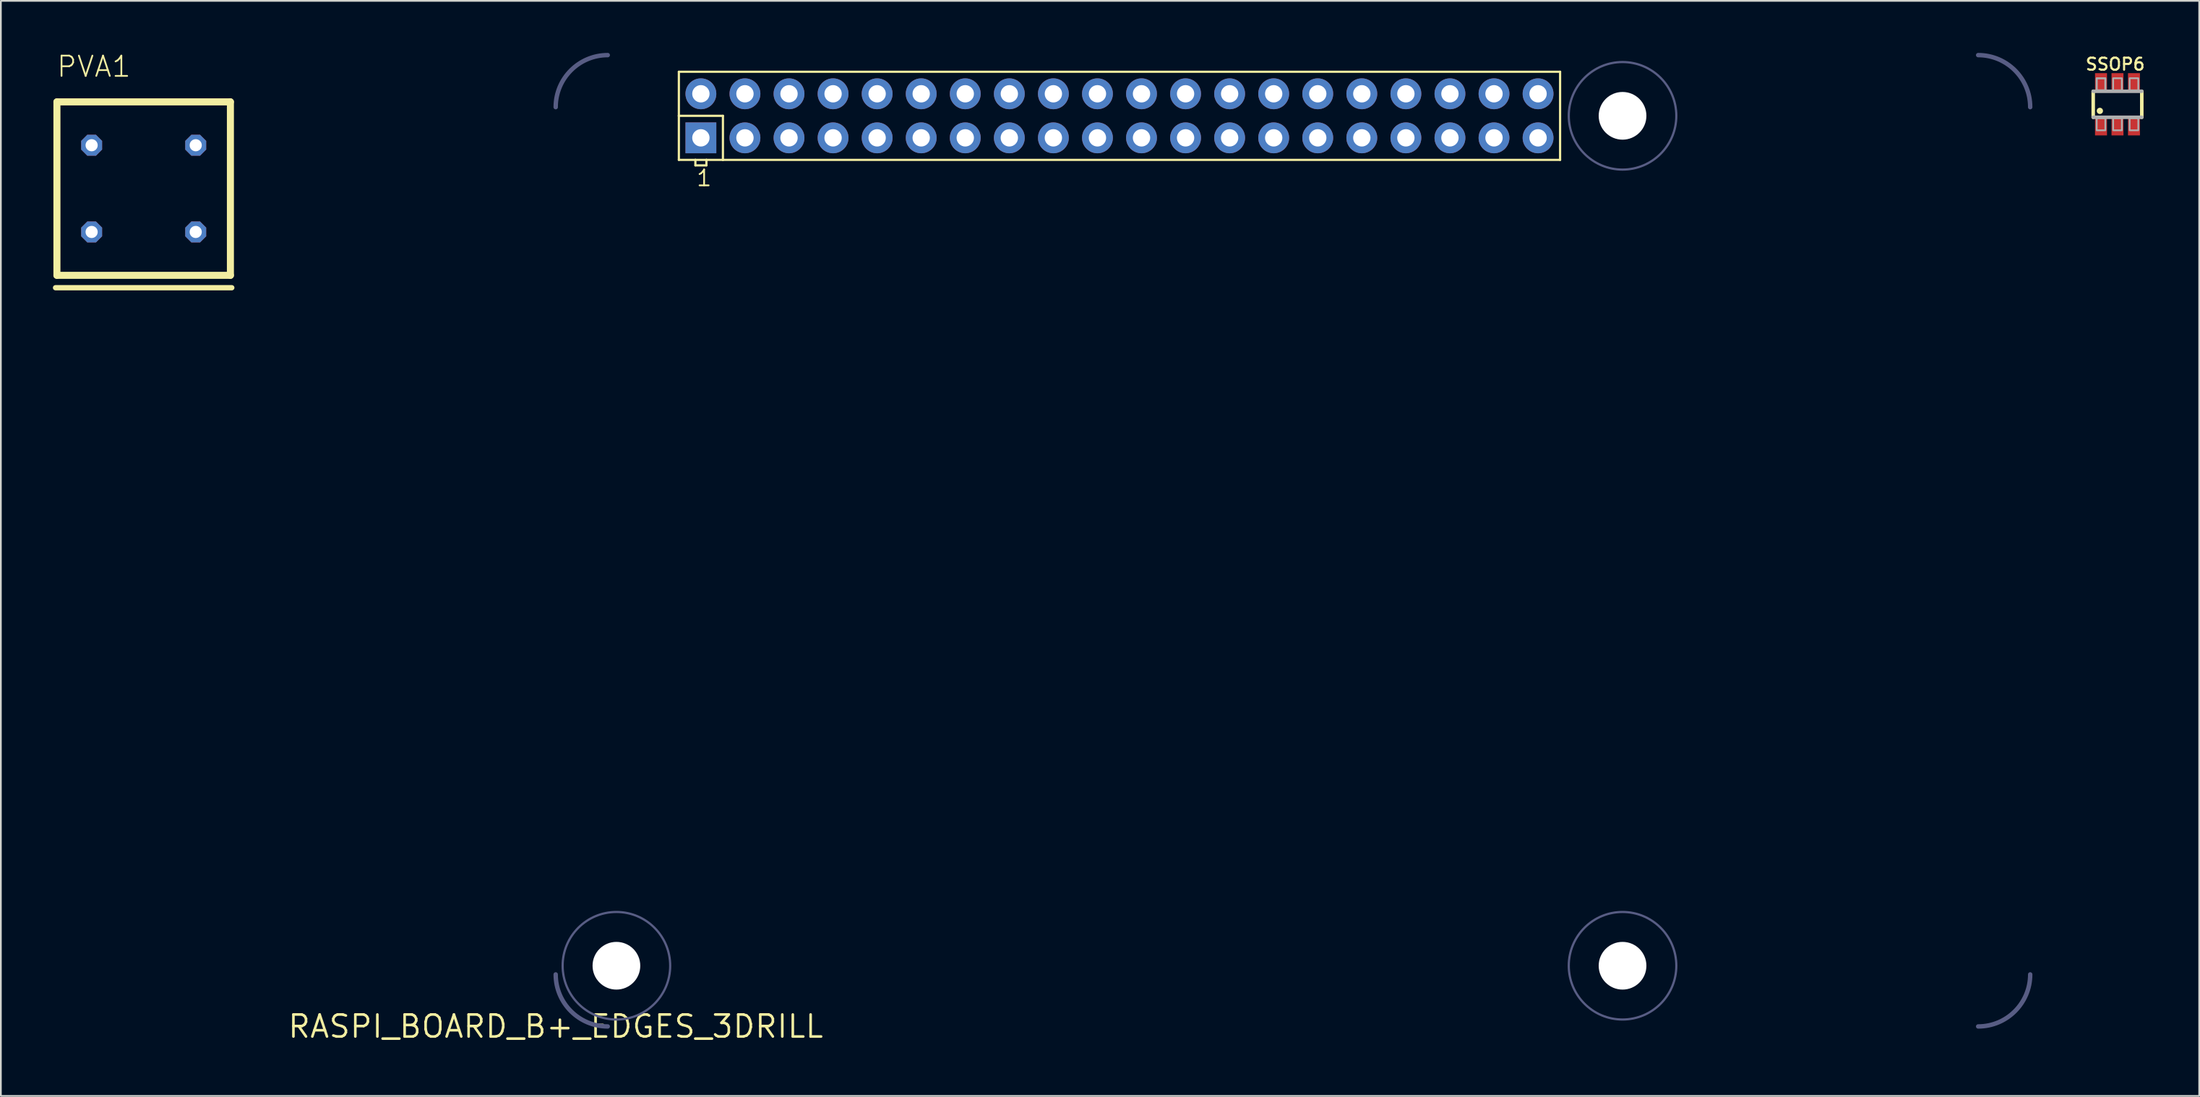
<source format=kicad_pcb>
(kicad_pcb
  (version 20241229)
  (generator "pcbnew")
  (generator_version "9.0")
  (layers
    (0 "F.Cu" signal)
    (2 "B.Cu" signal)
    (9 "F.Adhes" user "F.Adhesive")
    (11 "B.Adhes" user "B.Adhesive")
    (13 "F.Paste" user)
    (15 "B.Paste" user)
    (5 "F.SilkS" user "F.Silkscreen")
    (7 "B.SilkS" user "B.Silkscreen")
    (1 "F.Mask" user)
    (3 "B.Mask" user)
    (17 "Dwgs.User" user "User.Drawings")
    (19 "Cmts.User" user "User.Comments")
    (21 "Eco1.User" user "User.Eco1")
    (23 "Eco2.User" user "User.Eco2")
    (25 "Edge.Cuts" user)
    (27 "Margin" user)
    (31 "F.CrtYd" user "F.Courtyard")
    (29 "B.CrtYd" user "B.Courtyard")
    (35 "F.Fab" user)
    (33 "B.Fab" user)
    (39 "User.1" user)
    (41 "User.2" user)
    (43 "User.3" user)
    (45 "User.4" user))
  (footprint "SSOP6"
    (layer "F.Cu")
    (at 119.016 2.962)
    (property "Reference" "SSOP6" (at -1.905 -1.905 0) (unlocked yes) (layer "F.SilkS") (effects (font (size 0.691 0.691) (thickness 0.122)) (justify left bottom)))
    (fp_line (start -1.4 0.75) (end -1.4 -0.75) (stroke (width 0.203) (type solid)) (layer "F.SilkS"))
    (fp_line (start 1.4 -0.75) (end 1.4 0.75) (stroke (width 0.203) (type solid)) (layer "F.SilkS"))
    (fp_circle (center -1.016 0.381) (end -0.926 0.381) (stroke (width 0.18) (type solid)) (fill yes) (layer "F.SilkS"))
    (fp_line (start -1.4 -0.75) (end 1.4 -0.75) (stroke (width 0.203) (type solid)) (layer "F.Fab"))
    (fp_line (start 1.4 0.75) (end -1.4 0.75) (stroke (width 0.203) (type solid)) (layer "F.Fab"))
    (fp_poly (pts (xy -1.2 1.5) (xy -0.7 1.5) (xy -0.7 0.8) (xy -1.2 0.8)) (stroke (width 0.1) (type default)) (fill no) (layer "F.Fab"))
    (fp_poly (pts (xy -0.7 -1.5) (xy -1.2 -1.5) (xy -1.2 -0.8) (xy -0.7 -0.8)) (stroke (width 0.1) (type default)) (fill no) (layer "F.Fab"))
    (fp_poly (pts (xy -0.7 -1.5) (xy -1.2 -1.5) (xy -1.2 -0.8) (xy -0.7 -0.8)) (stroke (width 0.1) (type default)) (fill no) (layer "F.Fab"))
    (fp_poly (pts (xy -0.25 1.5) (xy 0.25 1.5) (xy 0.25 0.8) (xy -0.25 0.8)) (stroke (width 0.1) (type default)) (fill no) (layer "F.Fab"))
    (fp_poly (pts (xy 0.25 -1.5) (xy -0.25 -1.5) (xy -0.25 -0.8) (xy 0.25 -0.8)) (stroke (width 0.1) (type default)) (fill no) (layer "F.Fab"))
    (fp_poly (pts (xy 0.7 1.5) (xy 1.2 1.5) (xy 1.2 0.8) (xy 0.7 0.8)) (stroke (width 0.1) (type default)) (fill no) (layer "F.Fab"))
    (fp_poly (pts (xy 1.2 -1.5) (xy 0.7 -1.5) (xy 0.7 -0.8) (xy 1.2 -0.8)) (stroke (width 0.1) (type default)) (fill no) (layer "F.Fab"))
    (pad "1" smd rect (at -0.95 1.3) (size 0.69 0.99) (layers "F.Cu" "F.Mask" "F.Paste"))
    (pad "2" smd rect (at 0 1.3) (size 0.69 0.99) (layers "F.Cu" "F.Mask" "F.Paste"))
    (pad "3" smd rect (at 0.95 1.3) (size 0.69 0.99) (layers "F.Cu" "F.Mask" "F.Paste"))
    (pad "4" smd rect (at 0.95 -1.3 180) (size 0.69 0.99) (layers "F.Cu" "F.Mask" "F.Paste"))
    (pad "5" smd rect (at 0 -1.3 180) (size 0.69 0.99) (layers "F.Cu" "F.Mask" "F.Paste"))
    (pad "6" smd rect (at -0.95 -1.3) (size 0.69 0.99) (layers "F.Cu" "F.Mask" "F.Paste")))
  (footprint "RASPI_BOARD_B+_EDGES_3DRILL"
    (layer "F.Cu")
    (at 28.984 56.127)
    (property "Reference" "RASPI_BOARD_B+_EDGES_3DRILL" (at 0 0 0) (layer "F.SilkS") (effects (font (size 1.27 1.27) (thickness 0.15))))
    (fp_line (start 7.1 -55.04) (end 7.1 -52.5) (stroke (width 0.127) (type solid)) (layer "F.SilkS"))
    (fp_line (start 7.1 -52.5) (end 7.1 -49.96) (stroke (width 0.127) (type solid)) (layer "F.SilkS"))
    (fp_line (start 7.1 -52.5) (end 9.64 -52.5) (stroke (width 0.127) (type solid)) (layer "F.SilkS"))
    (fp_line (start 7.1 -49.96) (end 8.053 -49.96) (stroke (width 0.127) (type solid)) (layer "F.SilkS"))
    (fp_line (start 8.053 -49.96) (end 8.053 -49.642) (stroke (width 0.127) (type solid)) (layer "F.SilkS"))
    (fp_line (start 8.053 -49.96) (end 8.688 -49.96) (stroke (width 0.127) (type solid)) (layer "F.SilkS"))
    (fp_line (start 8.053 -49.642) (end 8.688 -49.642) (stroke (width 0.127) (type solid)) (layer "F.SilkS"))
    (fp_line (start 8.688 -49.96) (end 9.64 -49.96) (stroke (width 0.127) (type solid)) (layer "F.SilkS"))
    (fp_line (start 8.688 -49.642) (end 8.688 -49.96) (stroke (width 0.127) (type solid)) (layer "F.SilkS"))
    (fp_line (start 9.64 -52.5) (end 9.64 -49.96) (stroke (width 0.127) (type solid)) (layer "F.SilkS"))
    (fp_line (start 9.64 -49.96) (end 57.9 -49.96) (stroke (width 0.127) (type solid)) (layer "F.SilkS"))
    (fp_line (start 57.9 -55.04) (end 7.1 -55.04) (stroke (width 0.127) (type solid)) (layer "F.SilkS"))
    (fp_line (start 57.9 -49.96) (end 57.9 -55.04) (stroke (width 0.127) (type solid)) (layer "F.SilkS"))
    (fp_arc (start 0 -53) (mid 0.87868 -55.12132) (end 3 -56) (stroke (width 0.254) (type solid)) (layer "B.Fab"))
    (fp_arc (start 3 0) (mid 0.87868 -0.87868) (end 0 -3) (stroke (width 0.254) (type solid)) (layer "B.Fab"))
    (fp_arc (start 82 -56) (mid 84.12132 -55.12132) (end 85 -53) (stroke (width 0.254) (type solid)) (layer "B.Fab"))
    (fp_arc (start 85 -3) (mid 84.12132 -0.87868) (end 82 0) (stroke (width 0.254) (type solid)) (layer "B.Fab"))
    (fp_circle (center 3.5 -3.5) (end 6.6 -3.5) (stroke (width 0.127) (type solid)) (fill no) (layer "B.Fab"))
    (fp_circle (center 61.5 -52.5) (end 64.6 -52.5) (stroke (width 0.127) (type solid)) (fill no) (layer "B.Fab"))
    (fp_circle (center 61.5 -3.5) (end 64.6 -3.5) (stroke (width 0.127) (type solid)) (fill no) (layer "B.Fab"))
    (fp_text user "1" (at 8.053 -48.373 0) (unlocked yes) (layer "F.SilkS") (effects (font (size 0.914 0.914) (thickness 0.102)) (justify left bottom)))
    (pad "" np_thru_hole circle (at 3.5 -3.5) (size 2.75 2.75) (drill 2.75) (layers "*.Cu" "*.Mask"))
    (pad "" np_thru_hole circle (at 61.5 -52.5) (size 2.75 2.75) (drill 2.75) (layers "*.Cu" "*.Mask"))
    (pad "" np_thru_hole circle (at 61.5 -3.5) (size 2.75 2.75) (drill 2.75) (layers "*.Cu" "*.Mask"))
    (pad "1" thru_hole rect (at 8.37 -51.23) (size 1.778 1.778) (drill 1) (layers "*.Cu" "*.Mask"))
    (pad "2" thru_hole circle (at 8.37 -53.77) (size 1.778 1.778) (drill 1) (layers "*.Cu" "*.Mask"))
    (pad "3" thru_hole circle (at 10.91 -51.23) (size 1.778 1.778) (drill 1) (layers "*.Cu" "*.Mask"))
    (pad "4" thru_hole circle (at 10.91 -53.77) (size 1.778 1.778) (drill 1) (layers "*.Cu" "*.Mask"))
    (pad "5" thru_hole circle (at 13.45 -51.23) (size 1.778 1.778) (drill 1) (layers "*.Cu" "*.Mask"))
    (pad "6" thru_hole circle (at 13.45 -53.77) (size 1.778 1.778) (drill 1) (layers "*.Cu" "*.Mask"))
    (pad "7" thru_hole circle (at 15.99 -51.23) (size 1.778 1.778) (drill 1) (layers "*.Cu" "*.Mask"))
    (pad "8" thru_hole circle (at 15.99 -53.77) (size 1.778 1.778) (drill 1) (layers "*.Cu" "*.Mask"))
    (pad "9" thru_hole circle (at 18.53 -51.23) (size 1.778 1.778) (drill 1) (layers "*.Cu" "*.Mask"))
    (pad "10" thru_hole circle (at 18.53 -53.77) (size 1.778 1.778) (drill 1) (layers "*.Cu" "*.Mask"))
    (pad "11" thru_hole circle (at 21.07 -51.23) (size 1.778 1.778) (drill 1) (layers "*.Cu" "*.Mask"))
    (pad "12" thru_hole circle (at 21.07 -53.77) (size 1.778 1.778) (drill 1) (layers "*.Cu" "*.Mask"))
    (pad "13" thru_hole circle (at 23.61 -51.23) (size 1.778 1.778) (drill 1) (layers "*.Cu" "*.Mask"))
    (pad "14" thru_hole circle (at 23.61 -53.77) (size 1.778 1.778) (drill 1) (layers "*.Cu" "*.Mask"))
    (pad "15" thru_hole circle (at 26.15 -51.23) (size 1.778 1.778) (drill 1) (layers "*.Cu" "*.Mask"))
    (pad "16" thru_hole circle (at 26.15 -53.77) (size 1.778 1.778) (drill 1) (layers "*.Cu" "*.Mask"))
    (pad "17" thru_hole circle (at 28.69 -51.23) (size 1.778 1.778) (drill 1) (layers "*.Cu" "*.Mask"))
    (pad "18" thru_hole circle (at 28.69 -53.77) (size 1.778 1.778) (drill 1) (layers "*.Cu" "*.Mask"))
    (pad "19" thru_hole circle (at 31.23 -51.23) (size 1.778 1.778) (drill 1) (layers "*.Cu" "*.Mask"))
    (pad "20" thru_hole circle (at 31.23 -53.77) (size 1.778 1.778) (drill 1) (layers "*.Cu" "*.Mask"))
    (pad "21" thru_hole circle (at 33.77 -51.23) (size 1.778 1.778) (drill 1) (layers "*.Cu" "*.Mask"))
    (pad "22" thru_hole circle (at 33.77 -53.77) (size 1.778 1.778) (drill 1) (layers "*.Cu" "*.Mask"))
    (pad "23" thru_hole circle (at 36.31 -51.23) (size 1.778 1.778) (drill 1) (layers "*.Cu" "*.Mask"))
    (pad "24" thru_hole circle (at 36.31 -53.77) (size 1.778 1.778) (drill 1) (layers "*.Cu" "*.Mask"))
    (pad "25" thru_hole circle (at 38.85 -51.23) (size 1.778 1.778) (drill 1) (layers "*.Cu" "*.Mask"))
    (pad "26" thru_hole circle (at 38.85 -53.77) (size 1.778 1.778) (drill 1) (layers "*.Cu" "*.Mask"))
    (pad "27" thru_hole circle (at 41.39 -51.23) (size 1.778 1.778) (drill 1) (layers "*.Cu" "*.Mask"))
    (pad "28" thru_hole circle (at 41.39 -53.77) (size 1.778 1.778) (drill 1) (layers "*.Cu" "*.Mask"))
    (pad "29" thru_hole circle (at 43.93 -51.23) (size 1.778 1.778) (drill 1) (layers "*.Cu" "*.Mask"))
    (pad "30" thru_hole circle (at 43.93 -53.77) (size 1.778 1.778) (drill 1) (layers "*.Cu" "*.Mask"))
    (pad "31" thru_hole circle (at 46.47 -51.23) (size 1.778 1.778) (drill 1) (layers "*.Cu" "*.Mask"))
    (pad "32" thru_hole circle (at 46.47 -53.77) (size 1.778 1.778) (drill 1) (layers "*.Cu" "*.Mask"))
    (pad "33" thru_hole circle (at 49.01 -51.23) (size 1.778 1.778) (drill 1) (layers "*.Cu" "*.Mask"))
    (pad "34" thru_hole circle (at 49.01 -53.77) (size 1.778 1.778) (drill 1) (layers "*.Cu" "*.Mask"))
    (pad "35" thru_hole circle (at 51.55 -51.23) (size 1.778 1.778) (drill 1) (layers "*.Cu" "*.Mask"))
    (pad "36" thru_hole circle (at 51.55 -53.77) (size 1.778 1.778) (drill 1) (layers "*.Cu" "*.Mask"))
    (pad "37" thru_hole circle (at 54.09 -51.23) (size 1.778 1.778) (drill 1) (layers "*.Cu" "*.Mask"))
    (pad "38" thru_hole circle (at 54.09 -53.77) (size 1.778 1.778) (drill 1) (layers "*.Cu" "*.Mask"))
    (pad "39" thru_hole circle (at 56.63 -51.23) (size 1.778 1.778) (drill 1) (layers "*.Cu" "*.Mask"))
    (pad "40" thru_hole circle (at 56.63 -53.77) (size 1.778 1.778) (drill 1) (layers "*.Cu" "*.Mask")))
  (footprint "PVA1"
    (layer "F.Cu")
    (at 5.232 7.823)
    (property "Reference" "PVA1" (at -5.08 -6.35 0) (unlocked yes) (layer "F.SilkS") (effects (font (size 1.168 1.168) (thickness 0.102)) (justify left bottom)))
    (fp_line (start -5.08 5.715) (end 5.08 5.715) (stroke (width 0.305) (type solid)) (layer "F.SilkS"))
    (fp_line (start -5 -5) (end 5 -5) (stroke (width 0.406) (type solid)) (layer "F.SilkS"))
    (fp_line (start -5 5) (end -5 -5) (stroke (width 0.406) (type solid)) (layer "F.SilkS"))
    (fp_line (start 5 -5) (end 5 5) (stroke (width 0.406) (type solid)) (layer "F.SilkS"))
    (fp_line (start 5 5) (end -5 5) (stroke (width 0.406) (type solid)) (layer "F.SilkS"))
    (pad "1" thru_hole roundrect (at -3 2.5) (size 1.208 1.208) (drill 0.7) (layers "*.Cu" "*.Mask") (roundrect_rratio 0.25) (chamfer_ratio 0.293) (chamfer top_left top_right bottom_left bottom_right))
    (pad "2" thru_hole roundrect (at -3 -2.5) (size 1.208 1.208) (drill 0.7) (layers "*.Cu" "*.Mask") (roundrect_rratio 0.25) (chamfer_ratio 0.293) (chamfer top_left top_right bottom_left bottom_right))
    (pad "3" thru_hole roundrect (at 3 -2.5) (size 1.208 1.208) (drill 0.7) (layers "*.Cu" "*.Mask") (roundrect_rratio 0.25) (chamfer_ratio 0.293) (chamfer top_left top_right bottom_left bottom_right))
    (pad "4" thru_hole roundrect (at 3 2.5) (size 1.208 1.208) (drill 0.7) (layers "*.Cu" "*.Mask") (roundrect_rratio 0.25) (chamfer_ratio 0.293) (chamfer top_left top_right bottom_left bottom_right)))
  (gr_rect
    (start -3 -3)
    (end 123.727 60.133)
    (stroke (width 0.1) (type default))
    (fill no)
    (layer "Edge.Cuts")))
</source>
